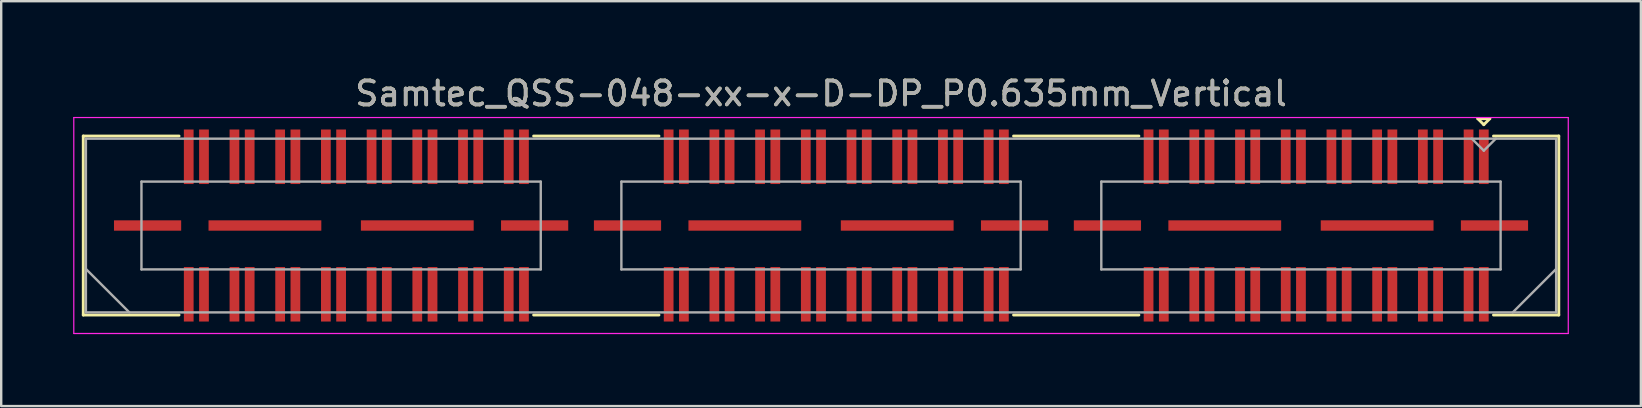
<source format=kicad_pcb>
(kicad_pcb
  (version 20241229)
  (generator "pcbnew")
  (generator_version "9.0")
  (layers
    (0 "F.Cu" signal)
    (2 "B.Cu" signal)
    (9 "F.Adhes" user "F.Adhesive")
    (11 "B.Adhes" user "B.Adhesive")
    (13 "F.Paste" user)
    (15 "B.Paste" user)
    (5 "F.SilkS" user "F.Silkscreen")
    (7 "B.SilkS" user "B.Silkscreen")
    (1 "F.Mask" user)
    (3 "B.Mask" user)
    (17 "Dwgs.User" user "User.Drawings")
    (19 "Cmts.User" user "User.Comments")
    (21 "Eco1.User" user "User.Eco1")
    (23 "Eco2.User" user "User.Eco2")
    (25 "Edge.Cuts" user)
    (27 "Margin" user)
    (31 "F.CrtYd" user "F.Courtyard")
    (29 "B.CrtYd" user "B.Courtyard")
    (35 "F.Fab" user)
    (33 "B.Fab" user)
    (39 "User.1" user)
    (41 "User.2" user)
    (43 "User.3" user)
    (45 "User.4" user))
  (footprint "Samtec_QSS-048-xx-x-D-DP_P0.635mm_Vertical"
    (layer "F.Cu")
    (at 31.165 6.348)
    (property "Reference" "Samtec_QSS-048-xx-x-D-DP_P0.635mm_Vertical" (at 0 -5.5 0) (layer "F.SilkS") (effects (font (size 1 1) (thickness 0.15))))
    (attr smd)
    (fp_line (start -30.745 -3.73) (end -26.753 -3.73) (stroke (width 0.12) (type solid)) (layer "F.SilkS"))
    (fp_line (start -30.745 3.73) (end -30.745 -3.73) (stroke (width 0.12) (type solid)) (layer "F.SilkS"))
    (fp_line (start -26.753 3.73) (end -30.745 3.73) (stroke (width 0.12) (type solid)) (layer "F.SilkS"))
    (fp_line (start -6.753 -3.73) (end -11.977 -3.73) (stroke (width 0.12) (type solid)) (layer "F.SilkS"))
    (fp_line (start -6.753 3.73) (end -11.977 3.73) (stroke (width 0.12) (type solid)) (layer "F.SilkS"))
    (fp_line (start 13.247 -3.73) (end 8.023 -3.73) (stroke (width 0.12) (type solid)) (layer "F.SilkS"))
    (fp_line (start 13.247 3.73) (end 8.023 3.73) (stroke (width 0.12) (type solid)) (layer "F.SilkS"))
    (fp_line (start 27.37 -4.452) (end 27.87 -4.452) (stroke (width 0.12) (type solid)) (layer "F.SilkS"))
    (fp_line (start 27.62 -4.202) (end 27.37 -4.452) (stroke (width 0.12) (type solid)) (layer "F.SilkS"))
    (fp_line (start 27.87 -4.452) (end 27.62 -4.202) (stroke (width 0.12) (type solid)) (layer "F.SilkS"))
    (fp_line (start 28.023 3.73) (end 30.745 3.73) (stroke (width 0.12) (type solid)) (layer "F.SilkS"))
    (fp_line (start 30.745 -3.73) (end 28.023 -3.73) (stroke (width 0.12) (type solid)) (layer "F.SilkS"))
    (fp_line (start 30.745 3.73) (end 30.745 -3.73) (stroke (width 0.12) (type solid)) (layer "F.SilkS"))
    (fp_line (start -31.14 -4.5) (end -31.14 4.5) (stroke (width 0.05) (type solid)) (layer "F.CrtYd"))
    (fp_line (start -31.14 4.5) (end 31.14 4.5) (stroke (width 0.05) (type solid)) (layer "F.CrtYd"))
    (fp_line (start 31.14 -4.5) (end -31.14 -4.5) (stroke (width 0.05) (type solid)) (layer "F.CrtYd"))
    (fp_line (start 31.14 4.5) (end 31.14 -4.5) (stroke (width 0.05) (type solid)) (layer "F.CrtYd"))
    (fp_line (start -30.635 -3.62) (end -30.635 3.62) (stroke (width 0.1) (type solid)) (layer "F.Fab"))
    (fp_line (start -30.635 1.81) (end -28.825 3.62) (stroke (width 0.1) (type solid)) (layer "F.Fab"))
    (fp_line (start -30.635 3.62) (end 30.635 3.62) (stroke (width 0.1) (type solid)) (layer "F.Fab"))
    (fp_line (start -28.32 -1.83) (end -28.32 1.83) (stroke (width 0.1) (type solid)) (layer "F.Fab"))
    (fp_line (start -28.32 1.83) (end -11.68 1.83) (stroke (width 0.1) (type solid)) (layer "F.Fab"))
    (fp_line (start -11.68 -1.83) (end -28.32 -1.83) (stroke (width 0.1) (type solid)) (layer "F.Fab"))
    (fp_line (start -11.68 1.83) (end -11.68 -1.83) (stroke (width 0.1) (type solid)) (layer "F.Fab"))
    (fp_line (start -8.32 -1.83) (end -8.32 1.83) (stroke (width 0.1) (type solid)) (layer "F.Fab"))
    (fp_line (start -8.32 1.83) (end 8.32 1.83) (stroke (width 0.1) (type solid)) (layer "F.Fab"))
    (fp_line (start 8.32 -1.83) (end -8.32 -1.83) (stroke (width 0.1) (type solid)) (layer "F.Fab"))
    (fp_line (start 8.32 1.83) (end 8.32 -1.83) (stroke (width 0.1) (type solid)) (layer "F.Fab"))
    (fp_line (start 11.68 -1.83) (end 11.68 1.83) (stroke (width 0.1) (type solid)) (layer "F.Fab"))
    (fp_line (start 11.68 1.83) (end 28.32 1.83) (stroke (width 0.1) (type solid)) (layer "F.Fab"))
    (fp_line (start 27.62 -3.12) (end 27.12 -3.62) (stroke (width 0.1) (type solid)) (layer "F.Fab"))
    (fp_line (start 28.12 -3.62) (end 27.62 -3.12) (stroke (width 0.1) (type solid)) (layer "F.Fab"))
    (fp_line (start 28.32 -1.83) (end 11.68 -1.83) (stroke (width 0.1) (type solid)) (layer "F.Fab"))
    (fp_line (start 28.32 1.83) (end 28.32 -1.83) (stroke (width 0.1) (type solid)) (layer "F.Fab"))
    (fp_line (start 30.635 -3.62) (end -30.635 -3.62) (stroke (width 0.1) (type solid)) (layer "F.Fab"))
    (fp_line (start 30.635 1.81) (end 28.825 3.62) (stroke (width 0.1) (type solid)) (layer "F.Fab"))
    (fp_line (start 30.635 3.62) (end 30.635 -3.62) (stroke (width 0.1) (type solid)) (layer "F.Fab"))
    (fp_text user "${REFERENCE}" (at 0 -5.5 0) (layer "F.Fab") (effects (font (size 1 1) (thickness 0.15))))
    (pad "1" smd rect (at 27.62 -2.865) (size 0.406 2.273) (layers "F.Cu" "F.Mask" "F.Paste"))
    (pad "2" smd rect (at 27.62 2.865) (size 0.406 2.273) (layers "F.Cu" "F.Mask" "F.Paste"))
    (pad "3" smd rect (at 26.985 -2.865) (size 0.406 2.273) (layers "F.Cu" "F.Mask" "F.Paste"))
    (pad "4" smd rect (at 26.985 2.865) (size 0.406 2.273) (layers "F.Cu" "F.Mask" "F.Paste"))
    (pad "5" smd rect (at 25.715 -2.865) (size 0.406 2.273) (layers "F.Cu" "F.Mask" "F.Paste"))
    (pad "6" smd rect (at 25.715 2.865) (size 0.406 2.273) (layers "F.Cu" "F.Mask" "F.Paste"))
    (pad "7" smd rect (at 25.08 -2.865) (size 0.406 2.273) (layers "F.Cu" "F.Mask" "F.Paste"))
    (pad "8" smd rect (at 25.08 2.865) (size 0.406 2.273) (layers "F.Cu" "F.Mask" "F.Paste"))
    (pad "9" smd rect (at 23.81 -2.865) (size 0.406 2.273) (layers "F.Cu" "F.Mask" "F.Paste"))
    (pad "10" smd rect (at 23.81 2.865) (size 0.406 2.273) (layers "F.Cu" "F.Mask" "F.Paste"))
    (pad "11" smd rect (at 23.175 -2.865) (size 0.406 2.273) (layers "F.Cu" "F.Mask" "F.Paste"))
    (pad "12" smd rect (at 23.175 2.865) (size 0.406 2.273) (layers "F.Cu" "F.Mask" "F.Paste"))
    (pad "13" smd rect (at 21.905 -2.865) (size 0.406 2.273) (layers "F.Cu" "F.Mask" "F.Paste"))
    (pad "14" smd rect (at 21.905 2.865) (size 0.406 2.273) (layers "F.Cu" "F.Mask" "F.Paste"))
    (pad "15" smd rect (at 21.27 -2.865) (size 0.406 2.273) (layers "F.Cu" "F.Mask" "F.Paste"))
    (pad "16" smd rect (at 21.27 2.865) (size 0.406 2.273) (layers "F.Cu" "F.Mask" "F.Paste"))
    (pad "17" smd rect (at 20 -2.865) (size 0.406 2.273) (layers "F.Cu" "F.Mask" "F.Paste"))
    (pad "18" smd rect (at 20 2.865) (size 0.406 2.273) (layers "F.Cu" "F.Mask" "F.Paste"))
    (pad "19" smd rect (at 19.365 -2.865) (size 0.406 2.273) (layers "F.Cu" "F.Mask" "F.Paste"))
    (pad "20" smd rect (at 19.365 2.865) (size 0.406 2.273) (layers "F.Cu" "F.Mask" "F.Paste"))
    (pad "21" smd rect (at 18.095 -2.865) (size 0.406 2.273) (layers "F.Cu" "F.Mask" "F.Paste"))
    (pad "22" smd rect (at 18.095 2.865) (size 0.406 2.273) (layers "F.Cu" "F.Mask" "F.Paste"))
    (pad "23" smd rect (at 17.46 -2.865) (size 0.406 2.273) (layers "F.Cu" "F.Mask" "F.Paste"))
    (pad "24" smd rect (at 17.46 2.865) (size 0.406 2.273) (layers "F.Cu" "F.Mask" "F.Paste"))
    (pad "25" smd rect (at 16.19 -2.865) (size 0.406 2.273) (layers "F.Cu" "F.Mask" "F.Paste"))
    (pad "26" smd rect (at 16.19 2.865) (size 0.406 2.273) (layers "F.Cu" "F.Mask" "F.Paste"))
    (pad "27" smd rect (at 15.555 -2.865) (size 0.406 2.273) (layers "F.Cu" "F.Mask" "F.Paste"))
    (pad "28" smd rect (at 15.555 2.865) (size 0.406 2.273) (layers "F.Cu" "F.Mask" "F.Paste"))
    (pad "29" smd rect (at 14.285 -2.865) (size 0.406 2.273) (layers "F.Cu" "F.Mask" "F.Paste"))
    (pad "30" smd rect (at 14.285 2.865) (size 0.406 2.273) (layers "F.Cu" "F.Mask" "F.Paste"))
    (pad "31" smd rect (at 13.65 -2.865) (size 0.406 2.273) (layers "F.Cu" "F.Mask" "F.Paste"))
    (pad "32" smd rect (at 13.65 2.865) (size 0.406 2.273) (layers "F.Cu" "F.Mask" "F.Paste"))
    (pad "33" smd rect (at 7.62 -2.865) (size 0.406 2.273) (layers "F.Cu" "F.Mask" "F.Paste"))
    (pad "34" smd rect (at 7.62 2.865) (size 0.406 2.273) (layers "F.Cu" "F.Mask" "F.Paste"))
    (pad "35" smd rect (at 6.985 -2.865) (size 0.406 2.273) (layers "F.Cu" "F.Mask" "F.Paste"))
    (pad "36" smd rect (at 6.985 2.865) (size 0.406 2.273) (layers "F.Cu" "F.Mask" "F.Paste"))
    (pad "37" smd rect (at 5.715 -2.865) (size 0.406 2.273) (layers "F.Cu" "F.Mask" "F.Paste"))
    (pad "38" smd rect (at 5.715 2.865) (size 0.406 2.273) (layers "F.Cu" "F.Mask" "F.Paste"))
    (pad "39" smd rect (at 5.08 -2.865) (size 0.406 2.273) (layers "F.Cu" "F.Mask" "F.Paste"))
    (pad "40" smd rect (at 5.08 2.865) (size 0.406 2.273) (layers "F.Cu" "F.Mask" "F.Paste"))
    (pad "41" smd rect (at 3.81 -2.865) (size 0.406 2.273) (layers "F.Cu" "F.Mask" "F.Paste"))
    (pad "42" smd rect (at 3.81 2.865) (size 0.406 2.273) (layers "F.Cu" "F.Mask" "F.Paste"))
    (pad "43" smd rect (at 3.175 -2.865) (size 0.406 2.273) (layers "F.Cu" "F.Mask" "F.Paste"))
    (pad "44" smd rect (at 3.175 2.865) (size 0.406 2.273) (layers "F.Cu" "F.Mask" "F.Paste"))
    (pad "45" smd rect (at 1.905 -2.865) (size 0.406 2.273) (layers "F.Cu" "F.Mask" "F.Paste"))
    (pad "46" smd rect (at 1.905 2.865) (size 0.406 2.273) (layers "F.Cu" "F.Mask" "F.Paste"))
    (pad "47" smd rect (at 1.27 -2.865) (size 0.406 2.273) (layers "F.Cu" "F.Mask" "F.Paste"))
    (pad "48" smd rect (at 1.27 2.865) (size 0.406 2.273) (layers "F.Cu" "F.Mask" "F.Paste"))
    (pad "49" smd rect (at 0 -2.865) (size 0.406 2.273) (layers "F.Cu" "F.Mask" "F.Paste"))
    (pad "50" smd rect (at 0 2.865) (size 0.406 2.273) (layers "F.Cu" "F.Mask" "F.Paste"))
    (pad "51" smd rect (at -0.635 -2.865) (size 0.406 2.273) (layers "F.Cu" "F.Mask" "F.Paste"))
    (pad "52" smd rect (at -0.635 2.865) (size 0.406 2.273) (layers "F.Cu" "F.Mask" "F.Paste"))
    (pad "53" smd rect (at -1.905 -2.865) (size 0.406 2.273) (layers "F.Cu" "F.Mask" "F.Paste"))
    (pad "54" smd rect (at -1.905 2.865) (size 0.406 2.273) (layers "F.Cu" "F.Mask" "F.Paste"))
    (pad "55" smd rect (at -2.54 -2.865) (size 0.406 2.273) (layers "F.Cu" "F.Mask" "F.Paste"))
    (pad "56" smd rect (at -2.54 2.865) (size 0.406 2.273) (layers "F.Cu" "F.Mask" "F.Paste"))
    (pad "57" smd rect (at -3.81 -2.865) (size 0.406 2.273) (layers "F.Cu" "F.Mask" "F.Paste"))
    (pad "58" smd rect (at -3.81 2.865) (size 0.406 2.273) (layers "F.Cu" "F.Mask" "F.Paste"))
    (pad "59" smd rect (at -4.445 -2.865) (size 0.406 2.273) (layers "F.Cu" "F.Mask" "F.Paste"))
    (pad "60" smd rect (at -4.445 2.865) (size 0.406 2.273) (layers "F.Cu" "F.Mask" "F.Paste"))
    (pad "61" smd rect (at -5.715 -2.865) (size 0.406 2.273) (layers "F.Cu" "F.Mask" "F.Paste"))
    (pad "62" smd rect (at -5.715 2.865) (size 0.406 2.273) (layers "F.Cu" "F.Mask" "F.Paste"))
    (pad "63" smd rect (at -6.35 -2.865) (size 0.406 2.273) (layers "F.Cu" "F.Mask" "F.Paste"))
    (pad "64" smd rect (at -6.35 2.865) (size 0.406 2.273) (layers "F.Cu" "F.Mask" "F.Paste"))
    (pad "65" smd rect (at -12.38 -2.865) (size 0.406 2.273) (layers "F.Cu" "F.Mask" "F.Paste"))
    (pad "66" smd rect (at -12.38 2.865) (size 0.406 2.273) (layers "F.Cu" "F.Mask" "F.Paste"))
    (pad "67" smd rect (at -13.015 -2.865) (size 0.406 2.273) (layers "F.Cu" "F.Mask" "F.Paste"))
    (pad "68" smd rect (at -13.015 2.865) (size 0.406 2.273) (layers "F.Cu" "F.Mask" "F.Paste"))
    (pad "69" smd rect (at -14.285 -2.865) (size 0.406 2.273) (layers "F.Cu" "F.Mask" "F.Paste"))
    (pad "70" smd rect (at -14.285 2.865) (size 0.406 2.273) (layers "F.Cu" "F.Mask" "F.Paste"))
    (pad "71" smd rect (at -14.92 -2.865) (size 0.406 2.273) (layers "F.Cu" "F.Mask" "F.Paste"))
    (pad "72" smd rect (at -14.92 2.865) (size 0.406 2.273) (layers "F.Cu" "F.Mask" "F.Paste"))
    (pad "73" smd rect (at -16.19 -2.865) (size 0.406 2.273) (layers "F.Cu" "F.Mask" "F.Paste"))
    (pad "74" smd rect (at -16.19 2.865) (size 0.406 2.273) (layers "F.Cu" "F.Mask" "F.Paste"))
    (pad "75" smd rect (at -16.825 -2.865) (size 0.406 2.273) (layers "F.Cu" "F.Mask" "F.Paste"))
    (pad "76" smd rect (at -16.825 2.865) (size 0.406 2.273) (layers "F.Cu" "F.Mask" "F.Paste"))
    (pad "77" smd rect (at -18.095 -2.865) (size 0.406 2.273) (layers "F.Cu" "F.Mask" "F.Paste"))
    (pad "78" smd rect (at -18.095 2.865) (size 0.406 2.273) (layers "F.Cu" "F.Mask" "F.Paste"))
    (pad "79" smd rect (at -18.73 -2.865) (size 0.406 2.273) (layers "F.Cu" "F.Mask" "F.Paste"))
    (pad "80" smd rect (at -18.73 2.865) (size 0.406 2.273) (layers "F.Cu" "F.Mask" "F.Paste"))
    (pad "81" smd rect (at -20 -2.865) (size 0.406 2.273) (layers "F.Cu" "F.Mask" "F.Paste"))
    (pad "82" smd rect (at -20 2.865) (size 0.406 2.273) (layers "F.Cu" "F.Mask" "F.Paste"))
    (pad "83" smd rect (at -20.635 -2.865) (size 0.406 2.273) (layers "F.Cu" "F.Mask" "F.Paste"))
    (pad "84" smd rect (at -20.635 2.865) (size 0.406 2.273) (layers "F.Cu" "F.Mask" "F.Paste"))
    (pad "85" smd rect (at -21.905 -2.865) (size 0.406 2.273) (layers "F.Cu" "F.Mask" "F.Paste"))
    (pad "86" smd rect (at -21.905 2.865) (size 0.406 2.273) (layers "F.Cu" "F.Mask" "F.Paste"))
    (pad "87" smd rect (at -22.54 -2.865) (size 0.406 2.273) (layers "F.Cu" "F.Mask" "F.Paste"))
    (pad "88" smd rect (at -22.54 2.865) (size 0.406 2.273) (layers "F.Cu" "F.Mask" "F.Paste"))
    (pad "89" smd rect (at -23.81 -2.865) (size 0.406 2.273) (layers "F.Cu" "F.Mask" "F.Paste"))
    (pad "90" smd rect (at -23.81 2.865) (size 0.406 2.273) (layers "F.Cu" "F.Mask" "F.Paste"))
    (pad "91" smd rect (at -24.445 -2.865) (size 0.406 2.273) (layers "F.Cu" "F.Mask" "F.Paste"))
    (pad "92" smd rect (at -24.445 2.865) (size 0.406 2.273) (layers "F.Cu" "F.Mask" "F.Paste"))
    (pad "93" smd rect (at -25.715 -2.865) (size 0.406 2.273) (layers "F.Cu" "F.Mask" "F.Paste"))
    (pad "94" smd rect (at -25.715 2.865) (size 0.406 2.273) (layers "F.Cu" "F.Mask" "F.Paste"))
    (pad "95" smd rect (at -26.35 -2.865) (size 0.406 2.273) (layers "F.Cu" "F.Mask" "F.Paste"))
    (pad "96" smd rect (at -26.35 2.865) (size 0.406 2.273) (layers "F.Cu" "F.Mask" "F.Paste"))
    (pad "P1" smd rect (at 11.935 0) (size 2.8 0.432) (layers "F.Cu" "F.Mask" "F.Paste"))
    (pad "P1" smd rect (at 16.825 0) (size 4.7 0.432) (layers "F.Cu" "F.Mask" "F.Paste"))
    (pad "P1" smd rect (at 23.175 0) (size 4.7 0.432) (layers "F.Cu" "F.Mask" "F.Paste"))
    (pad "P1" smd rect (at 28.065 0) (size 2.8 0.432) (layers "F.Cu" "F.Mask" "F.Paste"))
    (pad "P2" smd rect (at -8.065 0) (size 2.8 0.432) (layers "F.Cu" "F.Mask" "F.Paste"))
    (pad "P2" smd rect (at -3.175 0) (size 4.7 0.432) (layers "F.Cu" "F.Mask" "F.Paste"))
    (pad "P2" smd rect (at 3.175 0) (size 4.7 0.432) (layers "F.Cu" "F.Mask" "F.Paste"))
    (pad "P2" smd rect (at 8.065 0) (size 2.8 0.432) (layers "F.Cu" "F.Mask" "F.Paste"))
    (pad "P3" smd rect (at -28.065 0) (size 2.8 0.432) (layers "F.Cu" "F.Mask" "F.Paste"))
    (pad "P3" smd rect (at -23.175 0) (size 4.7 0.432) (layers "F.Cu" "F.Mask" "F.Paste"))
    (pad "P3" smd rect (at -16.825 0) (size 4.7 0.432) (layers "F.Cu" "F.Mask" "F.Paste"))
    (pad "P3" smd rect (at -11.935 0) (size 2.8 0.432) (layers "F.Cu" "F.Mask" "F.Paste")))
  (gr_rect
    (start -3 -3)
    (end 65.33 13.873)
    (stroke (width 0.1) (type default))
    (fill no)
    (layer "Edge.Cuts")))
</source>
